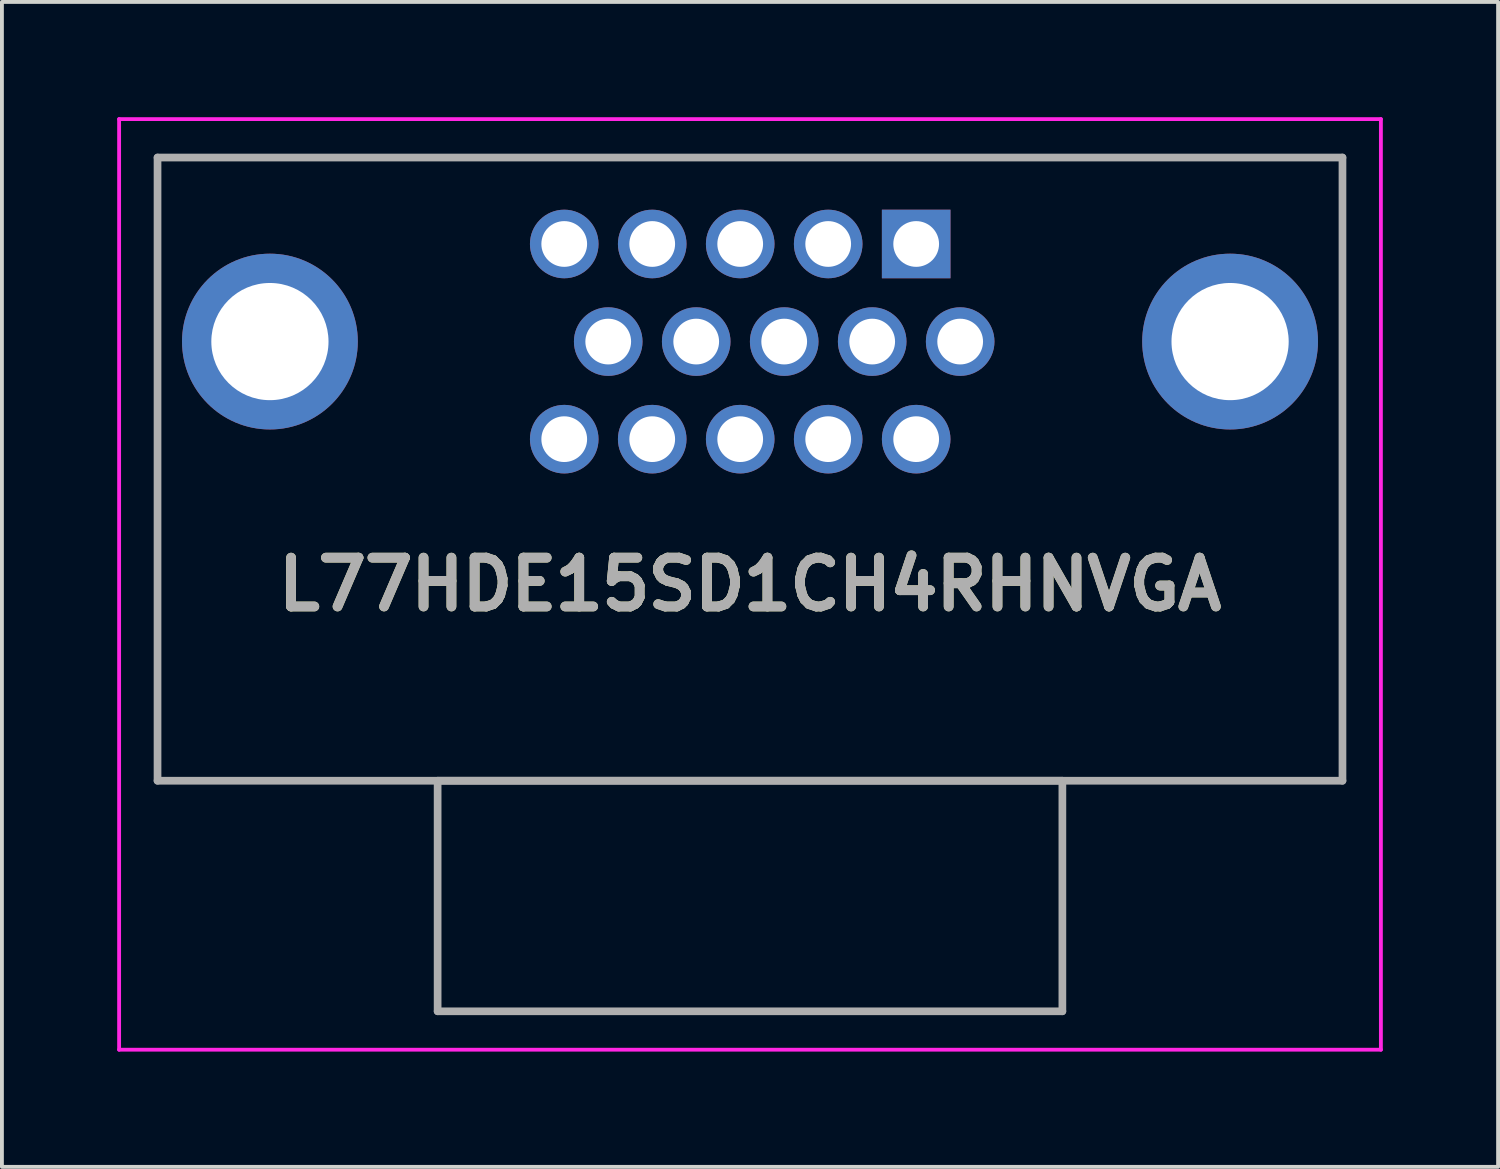
<source format=kicad_pcb>
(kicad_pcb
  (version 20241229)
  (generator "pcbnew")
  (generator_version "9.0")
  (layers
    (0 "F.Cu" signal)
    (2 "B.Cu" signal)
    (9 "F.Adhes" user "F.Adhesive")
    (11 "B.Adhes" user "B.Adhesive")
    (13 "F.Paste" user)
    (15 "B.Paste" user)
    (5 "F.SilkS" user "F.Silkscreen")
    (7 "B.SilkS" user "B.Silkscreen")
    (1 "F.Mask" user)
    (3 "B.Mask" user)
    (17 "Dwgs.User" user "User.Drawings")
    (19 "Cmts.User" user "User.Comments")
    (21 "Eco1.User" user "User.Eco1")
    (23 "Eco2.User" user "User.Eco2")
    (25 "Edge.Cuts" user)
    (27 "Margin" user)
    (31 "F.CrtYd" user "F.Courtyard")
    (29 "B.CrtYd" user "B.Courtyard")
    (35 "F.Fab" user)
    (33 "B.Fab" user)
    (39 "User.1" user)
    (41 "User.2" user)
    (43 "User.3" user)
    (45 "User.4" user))
  (footprint "L77HDE15SD1CH4RHNVGA"
    (layer "F.Cu")
    (at 20.795 8.38)
    (property "Reference" "L77HDE15SD1CH4RHNVGA" (at -4.325 3.78 0) (layer "F.SilkS") (effects (font (size 1.27 1.27) (thickness 0.254))))
    (attr through_hole)
    (fp_line (start -19.745 -7.33) (end -19.745 8.89) (stroke (width 0.1) (type solid)) (layer "F.SilkS"))
    (fp_line (start -19.745 8.89) (end 11.095 8.89) (stroke (width 0.1) (type solid)) (layer "F.SilkS"))
    (fp_line (start -12.455 8.89) (end 3.805 8.89) (stroke (width 0.1) (type solid)) (layer "F.SilkS"))
    (fp_line (start -12.455 14.89) (end -12.455 8.89) (stroke (width 0.1) (type solid)) (layer "F.SilkS"))
    (fp_line (start 3.805 8.89) (end 3.805 14.89) (stroke (width 0.1) (type solid)) (layer "F.SilkS"))
    (fp_line (start 3.805 14.89) (end -12.455 14.89) (stroke (width 0.1) (type solid)) (layer "F.SilkS"))
    (fp_line (start 11.095 -7.33) (end -19.745 -7.33) (stroke (width 0.1) (type solid)) (layer "F.SilkS"))
    (fp_line (start 11.095 8.89) (end 11.095 -7.33) (stroke (width 0.1) (type solid)) (layer "F.SilkS"))
    (fp_line (start -20.745 -8.33) (end -20.745 15.89) (stroke (width 0.1) (type solid)) (layer "F.CrtYd"))
    (fp_line (start -20.745 15.89) (end 12.095 15.89) (stroke (width 0.1) (type solid)) (layer "F.CrtYd"))
    (fp_line (start 12.095 -8.33) (end -20.745 -8.33) (stroke (width 0.1) (type solid)) (layer "F.CrtYd"))
    (fp_line (start 12.095 15.89) (end 12.095 -8.33) (stroke (width 0.1) (type solid)) (layer "F.CrtYd"))
    (fp_line (start -19.745 -7.33) (end 11.095 -7.33) (stroke (width 0.2) (type solid)) (layer "F.Fab"))
    (fp_line (start -19.745 8.89) (end -19.745 -7.33) (stroke (width 0.2) (type solid)) (layer "F.Fab"))
    (fp_line (start -12.455 8.89) (end 3.805 8.89) (stroke (width 0.2) (type solid)) (layer "F.Fab"))
    (fp_line (start -12.455 14.89) (end -12.455 8.89) (stroke (width 0.2) (type solid)) (layer "F.Fab"))
    (fp_line (start 3.805 8.89) (end 3.805 14.89) (stroke (width 0.2) (type solid)) (layer "F.Fab"))
    (fp_line (start 3.805 14.89) (end -12.455 14.89) (stroke (width 0.2) (type solid)) (layer "F.Fab"))
    (fp_line (start 11.095 -7.33) (end 11.095 8.89) (stroke (width 0.2) (type solid)) (layer "F.Fab"))
    (fp_line (start 11.095 8.89) (end -19.745 8.89) (stroke (width 0.2) (type solid)) (layer "F.Fab"))
    (fp_text user "${REFERENCE}" (at -4.325 3.78 0) (layer "F.Fab") (effects (font (size 1.27 1.27) (thickness 0.254))))
    (pad "1" thru_hole rect (at 0 -5.08) (size 1.785 1.785) (drill 1.19) (layers "*.Cu" "*.Mask"))
    (pad "2" thru_hole circle (at -2.29 -5.08) (size 1.785 1.785) (drill 1.19) (layers "*.Cu" "*.Mask"))
    (pad "3" thru_hole circle (at -4.58 -5.08) (size 1.785 1.785) (drill 1.19) (layers "*.Cu" "*.Mask"))
    (pad "4" thru_hole circle (at -6.87 -5.08) (size 1.785 1.785) (drill 1.19) (layers "*.Cu" "*.Mask"))
    (pad "5" thru_hole circle (at -9.16 -5.08) (size 1.785 1.785) (drill 1.19) (layers "*.Cu" "*.Mask"))
    (pad "6" thru_hole circle (at 1.145 -2.54) (size 1.785 1.785) (drill 1.19) (layers "*.Cu" "*.Mask"))
    (pad "7" thru_hole circle (at -1.145 -2.54) (size 1.785 1.785) (drill 1.19) (layers "*.Cu" "*.Mask"))
    (pad "8" thru_hole circle (at -3.435 -2.54) (size 1.785 1.785) (drill 1.19) (layers "*.Cu" "*.Mask"))
    (pad "9" thru_hole circle (at -5.725 -2.54) (size 1.785 1.785) (drill 1.19) (layers "*.Cu" "*.Mask"))
    (pad "10" thru_hole circle (at -8.015 -2.54) (size 1.785 1.785) (drill 1.19) (layers "*.Cu" "*.Mask"))
    (pad "11" thru_hole circle (at 0 0) (size 1.785 1.785) (drill 1.19) (layers "*.Cu" "*.Mask"))
    (pad "12" thru_hole circle (at -2.29 0) (size 1.785 1.785) (drill 1.19) (layers "*.Cu" "*.Mask"))
    (pad "13" thru_hole circle (at -4.58 0) (size 1.785 1.785) (drill 1.19) (layers "*.Cu" "*.Mask"))
    (pad "14" thru_hole circle (at -6.87 0) (size 1.785 1.785) (drill 1.19) (layers "*.Cu" "*.Mask"))
    (pad "15" thru_hole circle (at -9.16 0) (size 1.785 1.785) (drill 1.19) (layers "*.Cu" "*.Mask"))
    (pad "MH1" thru_hole circle (at 8.17 -2.54) (size 4.575 4.575) (drill 3.05) (layers "*.Cu" "*.Mask"))
    (pad "MH2" thru_hole circle (at -16.82 -2.54) (size 4.575 4.575) (drill 3.05) (layers "*.Cu" "*.Mask")))
  (gr_rect
    (start -3 -3)
    (end 35.94 27.32)
    (stroke (width 0.1) (type default))
    (fill no)
    (layer "Edge.Cuts")))
</source>
